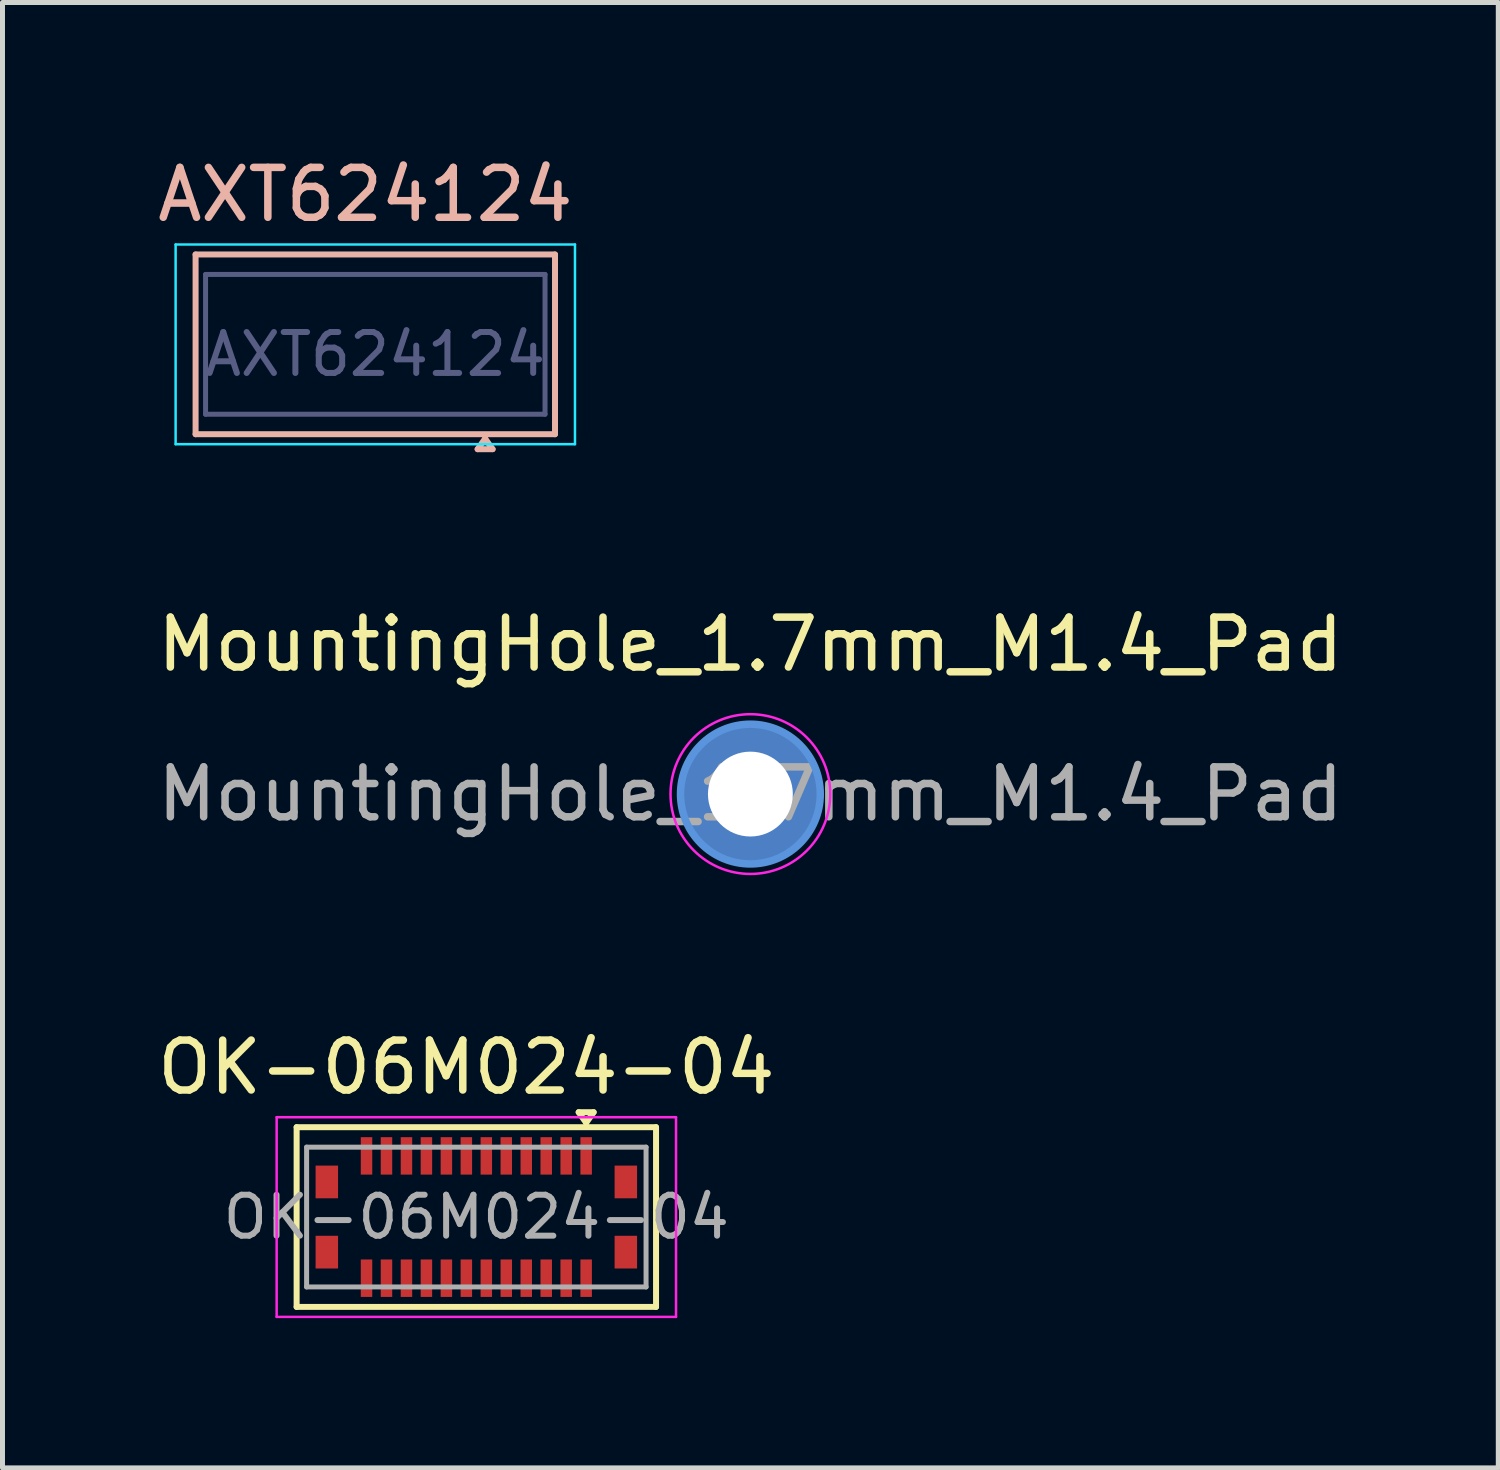
<source format=kicad_pcb>
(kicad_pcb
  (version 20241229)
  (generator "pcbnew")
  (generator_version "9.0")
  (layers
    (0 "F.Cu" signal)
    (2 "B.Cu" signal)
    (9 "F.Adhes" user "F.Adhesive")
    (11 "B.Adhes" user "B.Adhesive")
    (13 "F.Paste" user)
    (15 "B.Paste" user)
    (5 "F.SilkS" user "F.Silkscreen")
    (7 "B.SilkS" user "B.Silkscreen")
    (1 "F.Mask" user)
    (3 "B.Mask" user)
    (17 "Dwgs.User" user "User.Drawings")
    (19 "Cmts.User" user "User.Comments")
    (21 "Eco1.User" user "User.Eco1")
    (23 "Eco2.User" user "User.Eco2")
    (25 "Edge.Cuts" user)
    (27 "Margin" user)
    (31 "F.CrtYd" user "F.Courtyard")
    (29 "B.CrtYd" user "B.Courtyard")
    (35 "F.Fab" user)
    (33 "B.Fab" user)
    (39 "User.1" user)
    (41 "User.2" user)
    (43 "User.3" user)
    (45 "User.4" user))
  (footprint "OK-06M024-04"
    (layer "F.Cu")
    (at 6.492 21.33)
    (property "Reference" "OK-06M024-04" (at -0.2 -3 0) (layer "F.SilkS") (effects (font (size 1 1) (thickness 0.15))))
    (attr smd)
    (fp_line (start -3.6 1.8) (end -3.6 -1.8) (stroke (width 0.12) (type solid)) (layer "F.SilkS"))
    (fp_line (start 2.05 -2.1) (end 2.35 -2.1) (stroke (width 0.12) (type solid)) (layer "F.SilkS"))
    (fp_line (start 2.2 -1.888) (end 2.05 -2.1) (stroke (width 0.12) (type solid)) (layer "F.SilkS"))
    (fp_line (start 2.35 -2.1) (end 2.2 -1.888) (stroke (width 0.12) (type solid)) (layer "F.SilkS"))
    (fp_line (start 3.6 -1.8) (end -3.6 -1.8) (stroke (width 0.12) (type solid)) (layer "F.SilkS"))
    (fp_line (start 3.6 1.8) (end -3.6 1.8) (stroke (width 0.12) (type solid)) (layer "F.SilkS"))
    (fp_line (start 3.6 1.8) (end 3.6 -1.8) (stroke (width 0.12) (type solid)) (layer "F.SilkS"))
    (fp_line (start -4 -2) (end 4 -2) (stroke (width 0.05) (type solid)) (layer "F.CrtYd"))
    (fp_line (start -4 2) (end -4 -2) (stroke (width 0.05) (type solid)) (layer "F.CrtYd"))
    (fp_line (start 4 -2) (end 4 2) (stroke (width 0.05) (type solid)) (layer "F.CrtYd"))
    (fp_line (start 4 2) (end -4 2) (stroke (width 0.05) (type solid)) (layer "F.CrtYd"))
    (fp_line (start -3.4 -1.4) (end 3.4 -1.4) (stroke (width 0.1) (type solid)) (layer "F.Fab"))
    (fp_line (start -3.4 1.4) (end -3.4 -1.4) (stroke (width 0.1) (type solid)) (layer "F.Fab"))
    (fp_line (start 3.4 1.4) (end -3.4 1.4) (stroke (width 0.1) (type solid)) (layer "F.Fab"))
    (fp_line (start 3.4 1.4) (end 3.4 -1.4) (stroke (width 0.1) (type solid)) (layer "F.Fab"))
    (fp_text user "${REFERENCE}" (at 0 0 0) (layer "F.Fab") (effects (font (size 0.82 0.82) (thickness 0.12))))
    (pad "1" smd rect (at 2.2 -1.225) (size 0.23 0.75) (layers "F.Cu" "F.Mask" "F.Paste"))
    (pad "2" smd rect (at 2.2 1.225) (size 0.23 0.75) (layers "F.Cu" "F.Mask" "F.Paste"))
    (pad "3" smd rect (at 1.8 -1.225) (size 0.23 0.75) (layers "F.Cu" "F.Mask" "F.Paste"))
    (pad "4" smd rect (at 1.8 1.225) (size 0.23 0.75) (layers "F.Cu" "F.Mask" "F.Paste"))
    (pad "5" smd rect (at 1.4 -1.225) (size 0.23 0.75) (layers "F.Cu" "F.Mask" "F.Paste"))
    (pad "6" smd rect (at 1.4 1.225) (size 0.23 0.75) (layers "F.Cu" "F.Mask" "F.Paste"))
    (pad "7" smd rect (at 1 -1.225) (size 0.23 0.75) (layers "F.Cu" "F.Mask" "F.Paste"))
    (pad "8" smd rect (at 1 1.225) (size 0.23 0.75) (layers "F.Cu" "F.Mask" "F.Paste"))
    (pad "9" smd rect (at 0.6 -1.225) (size 0.23 0.75) (layers "F.Cu" "F.Mask" "F.Paste"))
    (pad "10" smd rect (at 0.6 1.225) (size 0.23 0.75) (layers "F.Cu" "F.Mask" "F.Paste"))
    (pad "11" smd rect (at 0.2 -1.225) (size 0.23 0.75) (layers "F.Cu" "F.Mask" "F.Paste"))
    (pad "12" smd rect (at 0.2 1.225) (size 0.23 0.75) (layers "F.Cu" "F.Mask" "F.Paste"))
    (pad "13" smd rect (at -0.2 -1.225) (size 0.23 0.75) (layers "F.Cu" "F.Mask" "F.Paste"))
    (pad "14" smd rect (at -0.2 1.225) (size 0.23 0.75) (layers "F.Cu" "F.Mask" "F.Paste"))
    (pad "15" smd rect (at -0.6 -1.225) (size 0.23 0.75) (layers "F.Cu" "F.Mask" "F.Paste"))
    (pad "16" smd rect (at -0.6 1.225) (size 0.23 0.75) (layers "F.Cu" "F.Mask" "F.Paste"))
    (pad "17" smd rect (at -1 -1.225) (size 0.23 0.75) (layers "F.Cu" "F.Mask" "F.Paste"))
    (pad "18" smd rect (at -1 1.225) (size 0.23 0.75) (layers "F.Cu" "F.Mask" "F.Paste"))
    (pad "19" smd rect (at -1.4 -1.225) (size 0.23 0.75) (layers "F.Cu" "F.Mask" "F.Paste"))
    (pad "20" smd rect (at -1.4 1.225) (size 0.23 0.75) (layers "F.Cu" "F.Mask" "F.Paste"))
    (pad "21" smd rect (at -1.8 -1.225) (size 0.23 0.75) (layers "F.Cu" "F.Mask" "F.Paste"))
    (pad "22" smd rect (at -1.8 1.225) (size 0.23 0.75) (layers "F.Cu" "F.Mask" "F.Paste"))
    (pad "23" smd rect (at -2.2 -1.225) (size 0.23 0.75) (layers "F.Cu" "F.Mask" "F.Paste"))
    (pad "24" smd rect (at -2.2 1.225) (size 0.23 0.75) (layers "F.Cu" "F.Mask" "F.Paste"))
    (pad "MP" smd rect (at -2.995 -0.703) (size 0.45 0.655) (layers "F.Cu" "F.Mask" "F.Paste"))
    (pad "MP" smd rect (at -2.995 0.703) (size 0.45 0.655) (layers "F.Cu" "F.Mask" "F.Paste"))
    (pad "MP" smd rect (at 2.995 -0.703) (size 0.45 0.655) (layers "F.Cu" "F.Mask" "F.Paste"))
    (pad "MP" smd rect (at 2.995 0.703) (size 0.45 0.655) (layers "F.Cu" "F.Mask" "F.Paste")))
  (footprint "AXT624124"
    (layer "F.Cu")
    (at 4.468 3.848)
    (property "Reference" "AXT624124" (at -0.2 -3 0) (layer "B.SilkS") (effects (font (size 1 1) (thickness 0.15))))
    (attr smd)
    (fp_line (start -3.6 -1.8) (end -3.6 1.8) (stroke (width 0.12) (type solid)) (layer "B.SilkS"))
    (fp_line (start 2.05 2.1) (end 2.35 2.1) (stroke (width 0.12) (type solid)) (layer "B.SilkS"))
    (fp_line (start 2.2 1.888) (end 2.05 2.1) (stroke (width 0.12) (type solid)) (layer "B.SilkS"))
    (fp_line (start 2.35 2.1) (end 2.2 1.888) (stroke (width 0.12) (type solid)) (layer "B.SilkS"))
    (fp_line (start 3.6 -1.8) (end -3.6 -1.8) (stroke (width 0.12) (type solid)) (layer "B.SilkS"))
    (fp_line (start 3.6 -1.8) (end 3.6 1.8) (stroke (width 0.12) (type solid)) (layer "B.SilkS"))
    (fp_line (start 3.6 1.8) (end -3.6 1.8) (stroke (width 0.12) (type solid)) (layer "B.SilkS"))
    (fp_line (start -4 -2) (end -4 2) (stroke (width 0.05) (type solid)) (layer "B.CrtYd"))
    (fp_line (start -4 2) (end 4 2) (stroke (width 0.05) (type solid)) (layer "B.CrtYd"))
    (fp_line (start 4 -2) (end -4 -2) (stroke (width 0.05) (type solid)) (layer "B.CrtYd"))
    (fp_line (start 4 2) (end 4 -2) (stroke (width 0.05) (type solid)) (layer "B.CrtYd"))
    (fp_line (start -3.4 -1.4) (end -3.4 1.4) (stroke (width 0.1) (type solid)) (layer "B.Fab"))
    (fp_line (start -3.4 1.4) (end 3.4 1.4) (stroke (width 0.1) (type solid)) (layer "B.Fab"))
    (fp_line (start 3.4 -1.4) (end -3.4 -1.4) (stroke (width 0.1) (type solid)) (layer "B.Fab"))
    (fp_line (start 3.4 -1.4) (end 3.4 1.4) (stroke (width 0.1) (type solid)) (layer "B.Fab"))
    (fp_text user "${REFERENCE}" (at 0 0.2 0) (layer "B.Fab") (effects (font (size 0.82 0.82) (thickness 0.12))))
    (pad "1" smd rect (at 2.2 1.225 180) (size 0.23 0.75) (layers "B.Mask" "In2.Cu" "B.Paste"))
    (pad "2" smd rect (at 2.2 -1.225 180) (size 0.23 0.75) (layers "B.Mask" "In2.Cu" "B.Paste"))
    (pad "3" smd rect (at 1.8 1.225 180) (size 0.23 0.75) (layers "B.Mask" "In2.Cu" "B.Paste"))
    (pad "4" smd rect (at 1.8 -1.225 180) (size 0.23 0.75) (layers "B.Mask" "In2.Cu" "B.Paste"))
    (pad "5" smd rect (at 1.4 1.225 180) (size 0.23 0.75) (layers "B.Mask" "In2.Cu" "B.Paste"))
    (pad "6" smd rect (at 1.4 -1.225 180) (size 0.23 0.75) (layers "B.Mask" "In2.Cu" "B.Paste"))
    (pad "7" smd rect (at 1 1.225 180) (size 0.23 0.75) (layers "B.Mask" "In2.Cu" "B.Paste"))
    (pad "8" smd rect (at 1 -1.225 180) (size 0.23 0.75) (layers "B.Mask" "In2.Cu" "B.Paste"))
    (pad "9" smd rect (at 0.6 1.225 180) (size 0.23 0.75) (layers "B.Mask" "In2.Cu" "B.Paste"))
    (pad "10" smd rect (at 0.6 -1.225 180) (size 0.23 0.75) (layers "B.Mask" "In2.Cu" "B.Paste"))
    (pad "11" smd rect (at 0.2 1.225 180) (size 0.23 0.75) (layers "B.Mask" "In2.Cu" "B.Paste"))
    (pad "12" smd rect (at 0.2 -1.225 180) (size 0.23 0.75) (layers "B.Mask" "In2.Cu" "B.Paste"))
    (pad "13" smd rect (at -0.2 1.225 180) (size 0.23 0.75) (layers "B.Mask" "In2.Cu" "B.Paste"))
    (pad "14" smd rect (at -0.2 -1.225 180) (size 0.23 0.75) (layers "B.Mask" "In2.Cu" "B.Paste"))
    (pad "15" smd rect (at -0.6 1.225 180) (size 0.23 0.75) (layers "B.Mask" "In2.Cu" "B.Paste"))
    (pad "16" smd rect (at -0.6 -1.225 180) (size 0.23 0.75) (layers "B.Mask" "In2.Cu" "B.Paste"))
    (pad "17" smd rect (at -1 1.225 180) (size 0.23 0.75) (layers "B.Mask" "In2.Cu" "B.Paste"))
    (pad "18" smd rect (at -1 -1.225 180) (size 0.23 0.75) (layers "B.Mask" "In2.Cu" "B.Paste"))
    (pad "19" smd rect (at -1.4 1.225 180) (size 0.23 0.75) (layers "B.Mask" "In2.Cu" "B.Paste"))
    (pad "20" smd rect (at -1.4 -1.225 180) (size 0.23 0.75) (layers "B.Mask" "In2.Cu" "B.Paste"))
    (pad "21" smd rect (at -1.8 1.225 180) (size 0.23 0.75) (layers "B.Mask" "In2.Cu" "B.Paste"))
    (pad "22" smd rect (at -1.8 -1.225 180) (size 0.23 0.75) (layers "B.Mask" "In2.Cu" "B.Paste"))
    (pad "23" smd rect (at -2.2 1.225 180) (size 0.23 0.75) (layers "B.Mask" "In2.Cu" "B.Paste"))
    (pad "24" smd rect (at -2.2 -1.225 180) (size 0.23 0.75) (layers "B.Mask" "In2.Cu" "B.Paste"))
    (pad "MP" smd rect (at -2.995 -0.703 180) (size 0.45 0.655) (layers "B.Mask" "In2.Cu" "B.Paste"))
    (pad "MP" smd rect (at -2.995 0.703 180) (size 0.45 0.655) (layers "B.Mask" "In2.Cu" "B.Paste"))
    (pad "MP" smd rect (at 2.995 -0.703 180) (size 0.45 0.655) (layers "B.Mask" "In2.Cu" "B.Paste"))
    (pad "MP" smd rect (at 2.995 0.703 180) (size 0.45 0.655) (layers "B.Mask" "In2.Cu" "B.Paste")))
  (footprint "MountingHole_1.7mm_M1.4_Pad"
    (layer "F.Cu")
    (at 11.982 12.857)
    (property "Reference" "MountingHole_1.7mm_M1.4_Pad" (at 0 -3 0) (layer "F.SilkS") (effects (font (size 1 1) (thickness 0.15))))
    (attr exclude_from_pos_files exclude_from_bom)
    (fp_circle (center 0 0) (end 1.4 0) (stroke (width 0.15) (type solid)) (fill no) (layer "Cmts.User"))
    (fp_circle (center 0 0) (end 1.6 0) (stroke (width 0.05) (type solid)) (fill no) (layer "F.CrtYd"))
    (fp_text user "${REFERENCE}" (at 0 0 0) (layer "F.Fab") (effects (font (size 1 1) (thickness 0.15))))
    (pad "1" thru_hole circle (at 0 0) (size 2.8 2.8) (drill 1.7) (layers "*.Cu" "*.Mask")))
  (gr_rect
    (start -3 -3)
    (end 26.964 26.355)
    (stroke (width 0.1) (type default))
    (fill no)
    (layer "Edge.Cuts")))
</source>
